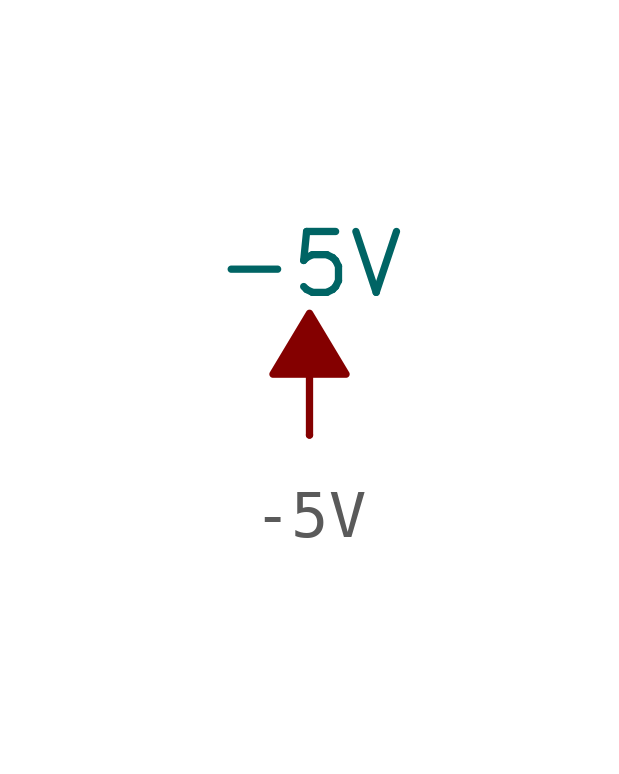
<source format=kicad_sym>
(kicad_symbol_lib
  (version 20241209)
  (generator "kicad_symbol_editor")
  (generator_version "9.0")
  (symbol "-5V"
    (power)
    (pin_numbers
      (hide yes))
    (pin_names
      (offset 0)
      (hide yes))
    (property "Reference" "#PWR"
      (at 0 -3.81 0)
      (effects (font (size 1.27 1.27)) (hide yes)))
    (property "Value" "-5V"
      (at 0 3.556 0)
      (effects (font (size 1.27 1.27))))
    (symbol "-5V_0_0"
      (pin power_in line (at 0 0 90) (length 0) (name "~" (effects (font (size 1.27 1.27)))) (number "1" (effects (font (size 1.27 1.27))))))
    (symbol "-5V_0_1"
      (polyline (pts (xy 0 0) (xy 0 1.27) (xy 0.762 1.27) (xy 0 2.54) (xy -0.762 1.27) (xy 0 1.27)) (stroke (width 0) (type default)) (fill (type outline))))))
</source>
